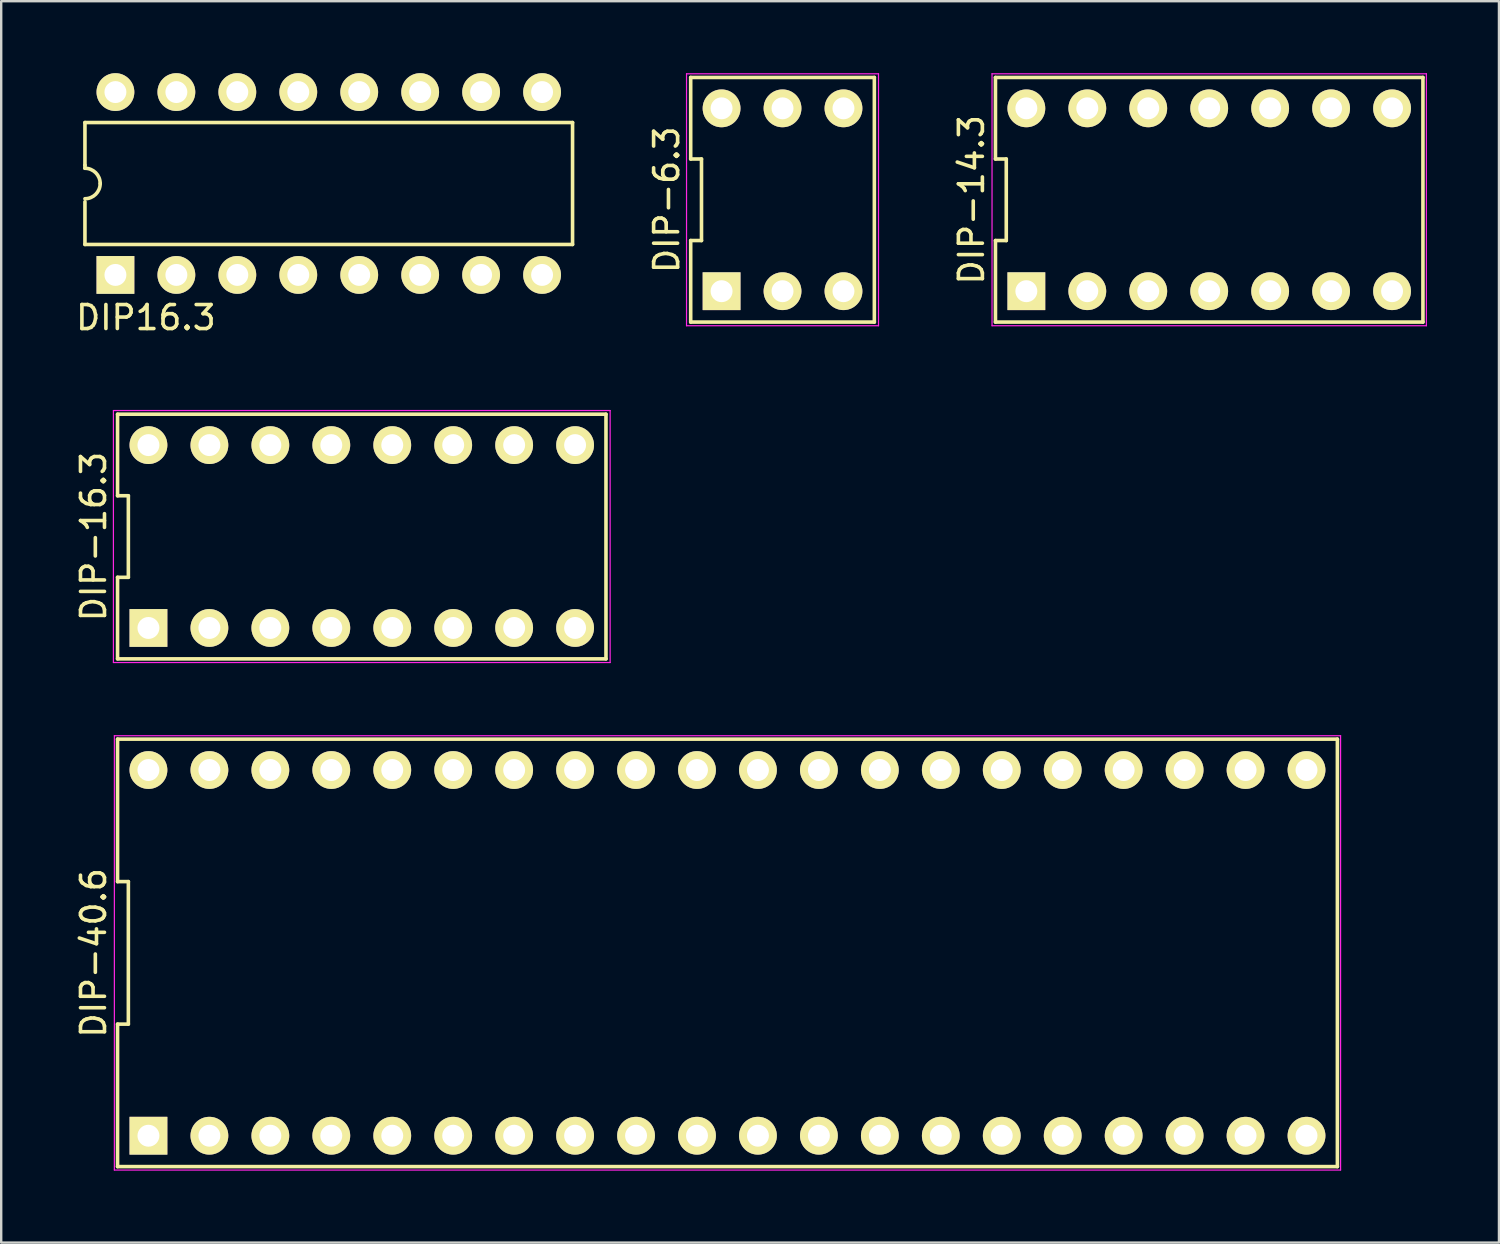
<source format=kicad_pcb>
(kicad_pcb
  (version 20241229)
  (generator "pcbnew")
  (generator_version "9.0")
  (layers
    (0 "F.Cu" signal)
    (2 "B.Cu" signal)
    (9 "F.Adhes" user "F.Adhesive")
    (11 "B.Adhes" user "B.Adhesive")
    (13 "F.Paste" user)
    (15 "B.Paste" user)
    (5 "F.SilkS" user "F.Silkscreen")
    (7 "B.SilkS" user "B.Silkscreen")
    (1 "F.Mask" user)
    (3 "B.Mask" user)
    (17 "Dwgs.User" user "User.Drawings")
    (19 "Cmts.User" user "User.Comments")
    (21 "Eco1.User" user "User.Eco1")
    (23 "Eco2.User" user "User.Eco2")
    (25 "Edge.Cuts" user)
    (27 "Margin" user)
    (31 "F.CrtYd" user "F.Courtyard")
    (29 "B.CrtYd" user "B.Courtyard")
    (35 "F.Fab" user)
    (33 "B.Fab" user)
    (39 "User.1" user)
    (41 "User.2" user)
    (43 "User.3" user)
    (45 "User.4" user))
  (footprint "DIP-6.3"
    (layer "F.Cu")
    (at 29.56 5.275)
    (property "Reference" "DIP-6.3" (at -4.827 0 90) (layer "F.SilkS") (effects (font (size 1 1) (thickness 0.15))))
    (attr through_hole)
    (fp_line (start -3.827 -1.699) (end -3.377 -1.699) (stroke (width 0.15) (type solid)) (layer "F.SilkS"))
    (fp_line (start -3.827 1.699) (end -3.827 5.097) (stroke (width 0.15) (type solid)) (layer "F.SilkS"))
    (fp_line (start -3.827 5.097) (end 3.827 5.097) (stroke (width 0.15) (type solid)) (layer "F.SilkS"))
    (fp_line (start -3.827 -5.097) (end -3.827 -1.699) (stroke (width 0.15) (type solid)) (layer "F.SilkS"))
    (fp_line (start -3.377 -1.699) (end -3.377 1.699) (stroke (width 0.15) (type solid)) (layer "F.SilkS"))
    (fp_line (start -3.377 1.699) (end -3.827 1.699) (stroke (width 0.15) (type solid)) (layer "F.SilkS"))
    (fp_line (start 3.827 5.097) (end 3.827 -5.097) (stroke (width 0.15) (type solid)) (layer "F.SilkS"))
    (fp_line (start 3.827 -5.097) (end -3.827 -5.097) (stroke (width 0.15) (type solid)) (layer "F.SilkS"))
    (fp_line (start -4 -5.25) (end 4 -5.25) (stroke (width 0.05) (type solid)) (layer "F.CrtYd"))
    (fp_line (start -4 5.25) (end -4 -5.25) (stroke (width 0.05) (type solid)) (layer "F.CrtYd"))
    (fp_line (start 4 -5.25) (end 4 5.25) (stroke (width 0.05) (type solid)) (layer "F.CrtYd"))
    (fp_line (start 4 5.25) (end -4 5.25) (stroke (width 0.05) (type solid)) (layer "F.CrtYd"))
    (pad "1" thru_hole rect (at -2.54 3.81) (size 1.575 1.575) (drill 0.914) (layers "*.Cu" "*.Mask" "F.SilkS"))
    (pad "2" thru_hole circle (at 0 3.81) (size 1.575 1.575) (drill 0.914) (layers "*.Cu" "*.Mask" "F.SilkS"))
    (pad "3" thru_hole circle (at 2.54 3.81) (size 1.575 1.575) (drill 0.914) (layers "*.Cu" "*.Mask" "F.SilkS"))
    (pad "4" thru_hole circle (at 2.54 -3.81) (size 1.575 1.575) (drill 0.914) (layers "*.Cu" "*.Mask" "F.SilkS"))
    (pad "5" thru_hole circle (at 0 -3.81) (size 1.575 1.575) (drill 0.914) (layers "*.Cu" "*.Mask" "F.SilkS"))
    (pad "6" thru_hole circle (at -2.54 -3.81) (size 1.575 1.575) (drill 0.914) (layers "*.Cu" "*.Mask" "F.SilkS")))
  (footprint "DIP-40.6"
    (layer "F.Cu")
    (at 27.266 36.659)
    (property "Reference" "DIP-40.6" (at -26.417 0 90) (layer "F.SilkS") (effects (font (size 1 1) (thickness 0.15))))
    (attr through_hole)
    (fp_line (start -25.417 -8.907) (end -25.417 -2.969) (stroke (width 0.15) (type solid)) (layer "F.SilkS"))
    (fp_line (start -25.417 -2.969) (end -24.967 -2.969) (stroke (width 0.15) (type solid)) (layer "F.SilkS"))
    (fp_line (start -25.417 2.969) (end -25.417 8.907) (stroke (width 0.15) (type solid)) (layer "F.SilkS"))
    (fp_line (start -25.417 8.907) (end 25.417 8.907) (stroke (width 0.15) (type solid)) (layer "F.SilkS"))
    (fp_line (start -24.967 -2.969) (end -24.967 2.969) (stroke (width 0.15) (type solid)) (layer "F.SilkS"))
    (fp_line (start -24.967 2.969) (end -25.417 2.969) (stroke (width 0.15) (type solid)) (layer "F.SilkS"))
    (fp_line (start 25.417 -8.907) (end -25.417 -8.907) (stroke (width 0.15) (type solid)) (layer "F.SilkS"))
    (fp_line (start 25.417 8.907) (end 25.417 -8.907) (stroke (width 0.15) (type solid)) (layer "F.SilkS"))
    (fp_line (start -25.55 -9.05) (end 25.55 -9.05) (stroke (width 0.05) (type solid)) (layer "F.CrtYd"))
    (fp_line (start -25.55 9.05) (end -25.55 -9.05) (stroke (width 0.05) (type solid)) (layer "F.CrtYd"))
    (fp_line (start 25.55 -9.05) (end 25.55 9.05) (stroke (width 0.05) (type solid)) (layer "F.CrtYd"))
    (fp_line (start 25.55 9.05) (end -25.55 9.05) (stroke (width 0.05) (type solid)) (layer "F.CrtYd"))
    (pad "1" thru_hole rect (at -24.13 7.62) (size 1.575 1.575) (drill 0.914) (layers "*.Cu" "*.Mask" "F.SilkS"))
    (pad "2" thru_hole circle (at -21.59 7.62) (size 1.575 1.575) (drill 0.914) (layers "*.Cu" "*.Mask" "F.SilkS"))
    (pad "3" thru_hole circle (at -19.05 7.62) (size 1.575 1.575) (drill 0.914) (layers "*.Cu" "*.Mask" "F.SilkS"))
    (pad "4" thru_hole circle (at -16.51 7.62) (size 1.575 1.575) (drill 0.914) (layers "*.Cu" "*.Mask" "F.SilkS"))
    (pad "5" thru_hole circle (at -13.97 7.62) (size 1.575 1.575) (drill 0.914) (layers "*.Cu" "*.Mask" "F.SilkS"))
    (pad "6" thru_hole circle (at -11.43 7.62) (size 1.575 1.575) (drill 0.914) (layers "*.Cu" "*.Mask" "F.SilkS"))
    (pad "7" thru_hole circle (at -8.89 7.62) (size 1.575 1.575) (drill 0.914) (layers "*.Cu" "*.Mask" "F.SilkS"))
    (pad "8" thru_hole circle (at -6.35 7.62) (size 1.575 1.575) (drill 0.914) (layers "*.Cu" "*.Mask" "F.SilkS"))
    (pad "9" thru_hole circle (at -3.81 7.62) (size 1.575 1.575) (drill 0.914) (layers "*.Cu" "*.Mask" "F.SilkS"))
    (pad "10" thru_hole circle (at -1.27 7.62) (size 1.575 1.575) (drill 0.914) (layers "*.Cu" "*.Mask" "F.SilkS"))
    (pad "11" thru_hole circle (at 1.27 7.62) (size 1.575 1.575) (drill 0.914) (layers "*.Cu" "*.Mask" "F.SilkS"))
    (pad "12" thru_hole circle (at 3.81 7.62) (size 1.575 1.575) (drill 0.914) (layers "*.Cu" "*.Mask" "F.SilkS"))
    (pad "13" thru_hole circle (at 6.35 7.62) (size 1.575 1.575) (drill 0.914) (layers "*.Cu" "*.Mask" "F.SilkS"))
    (pad "14" thru_hole circle (at 8.89 7.62) (size 1.575 1.575) (drill 0.914) (layers "*.Cu" "*.Mask" "F.SilkS"))
    (pad "15" thru_hole circle (at 11.43 7.62) (size 1.575 1.575) (drill 0.914) (layers "*.Cu" "*.Mask" "F.SilkS"))
    (pad "16" thru_hole circle (at 13.97 7.62) (size 1.575 1.575) (drill 0.914) (layers "*.Cu" "*.Mask" "F.SilkS"))
    (pad "17" thru_hole circle (at 16.51 7.62) (size 1.575 1.575) (drill 0.914) (layers "*.Cu" "*.Mask" "F.SilkS"))
    (pad "18" thru_hole circle (at 19.05 7.62) (size 1.575 1.575) (drill 0.914) (layers "*.Cu" "*.Mask" "F.SilkS"))
    (pad "19" thru_hole circle (at 21.59 7.62) (size 1.575 1.575) (drill 0.914) (layers "*.Cu" "*.Mask" "F.SilkS"))
    (pad "20" thru_hole circle (at 24.13 7.62) (size 1.575 1.575) (drill 0.914) (layers "*.Cu" "*.Mask" "F.SilkS"))
    (pad "21" thru_hole circle (at 24.13 -7.62) (size 1.575 1.575) (drill 0.914) (layers "*.Cu" "*.Mask" "F.SilkS"))
    (pad "22" thru_hole circle (at 21.59 -7.62) (size 1.575 1.575) (drill 0.914) (layers "*.Cu" "*.Mask" "F.SilkS"))
    (pad "23" thru_hole circle (at 19.05 -7.62) (size 1.575 1.575) (drill 0.914) (layers "*.Cu" "*.Mask" "F.SilkS"))
    (pad "24" thru_hole circle (at 16.51 -7.62) (size 1.575 1.575) (drill 0.914) (layers "*.Cu" "*.Mask" "F.SilkS"))
    (pad "25" thru_hole circle (at 13.97 -7.62) (size 1.575 1.575) (drill 0.914) (layers "*.Cu" "*.Mask" "F.SilkS"))
    (pad "26" thru_hole circle (at 11.43 -7.62) (size 1.575 1.575) (drill 0.914) (layers "*.Cu" "*.Mask" "F.SilkS"))
    (pad "27" thru_hole circle (at 8.89 -7.62) (size 1.575 1.575) (drill 0.914) (layers "*.Cu" "*.Mask" "F.SilkS"))
    (pad "28" thru_hole circle (at 6.35 -7.62) (size 1.575 1.575) (drill 0.914) (layers "*.Cu" "*.Mask" "F.SilkS"))
    (pad "29" thru_hole circle (at 3.81 -7.62) (size 1.575 1.575) (drill 0.914) (layers "*.Cu" "*.Mask" "F.SilkS"))
    (pad "30" thru_hole circle (at 1.27 -7.62) (size 1.575 1.575) (drill 0.914) (layers "*.Cu" "*.Mask" "F.SilkS"))
    (pad "31" thru_hole circle (at -1.27 -7.62) (size 1.575 1.575) (drill 0.914) (layers "*.Cu" "*.Mask" "F.SilkS"))
    (pad "32" thru_hole circle (at -3.81 -7.62) (size 1.575 1.575) (drill 0.914) (layers "*.Cu" "*.Mask" "F.SilkS"))
    (pad "33" thru_hole circle (at -6.35 -7.62) (size 1.575 1.575) (drill 0.914) (layers "*.Cu" "*.Mask" "F.SilkS"))
    (pad "34" thru_hole circle (at -8.89 -7.62) (size 1.575 1.575) (drill 0.914) (layers "*.Cu" "*.Mask" "F.SilkS"))
    (pad "35" thru_hole circle (at -11.43 -7.62) (size 1.575 1.575) (drill 0.914) (layers "*.Cu" "*.Mask" "F.SilkS"))
    (pad "36" thru_hole circle (at -13.97 -7.62) (size 1.575 1.575) (drill 0.914) (layers "*.Cu" "*.Mask" "F.SilkS"))
    (pad "37" thru_hole circle (at -16.51 -7.62) (size 1.575 1.575) (drill 0.914) (layers "*.Cu" "*.Mask" "F.SilkS"))
    (pad "38" thru_hole circle (at -19.05 -7.62) (size 1.575 1.575) (drill 0.914) (layers "*.Cu" "*.Mask" "F.SilkS"))
    (pad "39" thru_hole circle (at -21.59 -7.62) (size 1.575 1.575) (drill 0.914) (layers "*.Cu" "*.Mask" "F.SilkS"))
    (pad "40" thru_hole circle (at -24.13 -7.62) (size 1.575 1.575) (drill 0.914) (layers "*.Cu" "*.Mask" "F.SilkS")))
  (footprint "DIP16.3"
    (layer "F.Cu")
    (at 10.65 4.597)
    (property "Reference" "DIP16.3" (at -7.62 5.588 0) (layer "F.SilkS") (effects (font (size 1 1) (thickness 0.15))))
    (attr through_hole)
    (fp_line (start -10.16 -2.54) (end -10.16 -0.762) (stroke (width 0.15) (type solid)) (layer "F.SilkS"))
    (fp_line (start -10.16 -0.635) (end -10.16 -0.762) (stroke (width 0.15) (type solid)) (layer "F.SilkS"))
    (fp_line (start -10.16 2.54) (end -10.16 0.762) (stroke (width 0.15) (type solid)) (layer "F.SilkS"))
    (fp_line (start -10.16 2.54) (end 10.16 2.54) (stroke (width 0.15) (type solid)) (layer "F.SilkS"))
    (fp_line (start 10.16 -2.54) (end -10.16 -2.54) (stroke (width 0.15) (type solid)) (layer "F.SilkS"))
    (fp_line (start 10.16 2.54) (end 10.16 -2.54) (stroke (width 0.15) (type solid)) (layer "F.SilkS"))
    (fp_arc (start -10.16 -0.635) (mid -9.710987 -0.449013) (end -9.525 0) (stroke (width 0.15) (type solid)) (layer "F.SilkS"))
    (fp_arc (start -9.525 0) (mid -9.710987 0.449013) (end -10.16 0.635) (stroke (width 0.15) (type solid)) (layer "F.SilkS"))
    (pad "1" thru_hole rect (at -8.89 3.81) (size 1.575 1.575) (drill 0.914) (layers "*.Cu" "*.Mask" "F.SilkS"))
    (pad "2" thru_hole circle (at -6.35 3.81) (size 1.575 1.575) (drill 0.914) (layers "*.Cu" "*.Mask" "F.SilkS"))
    (pad "3" thru_hole circle (at -3.81 3.81) (size 1.575 1.575) (drill 0.914) (layers "*.Cu" "*.Mask" "F.SilkS"))
    (pad "4" thru_hole circle (at -1.27 3.81) (size 1.575 1.575) (drill 0.914) (layers "*.Cu" "*.Mask" "F.SilkS"))
    (pad "5" thru_hole circle (at 1.27 3.81) (size 1.575 1.575) (drill 0.914) (layers "*.Cu" "*.Mask" "F.SilkS"))
    (pad "6" thru_hole circle (at 3.81 3.81) (size 1.575 1.575) (drill 0.914) (layers "*.Cu" "*.Mask" "F.SilkS"))
    (pad "7" thru_hole circle (at 6.35 3.81) (size 1.575 1.575) (drill 0.914) (layers "*.Cu" "*.Mask" "F.SilkS"))
    (pad "8" thru_hole circle (at 8.89 3.81) (size 1.575 1.575) (drill 0.914) (layers "*.Cu" "*.Mask" "F.SilkS"))
    (pad "9" thru_hole circle (at 8.89 -3.81) (size 1.575 1.575) (drill 0.914) (layers "*.Cu" "*.Mask" "F.SilkS"))
    (pad "10" thru_hole circle (at 6.35 -3.81) (size 1.575 1.575) (drill 0.914) (layers "*.Cu" "*.Mask" "F.SilkS"))
    (pad "11" thru_hole circle (at 3.81 -3.81) (size 1.575 1.575) (drill 0.914) (layers "*.Cu" "*.Mask" "F.SilkS"))
    (pad "12" thru_hole circle (at 1.27 -3.81) (size 1.575 1.575) (drill 0.914) (layers "*.Cu" "*.Mask" "F.SilkS"))
    (pad "13" thru_hole circle (at -1.27 -3.81) (size 1.575 1.575) (drill 0.914) (layers "*.Cu" "*.Mask" "F.SilkS"))
    (pad "14" thru_hole circle (at -3.81 -3.81) (size 1.575 1.575) (drill 0.914) (layers "*.Cu" "*.Mask" "F.SilkS"))
    (pad "15" thru_hole circle (at -6.35 -3.81) (size 1.575 1.575) (drill 0.914) (layers "*.Cu" "*.Mask" "F.SilkS"))
    (pad "16" thru_hole circle (at -8.89 -3.81) (size 1.575 1.575) (drill 0.914) (layers "*.Cu" "*.Mask" "F.SilkS")))
  (footprint "DIP-16.3"
    (layer "F.Cu")
    (at 12.026 19.309)
    (property "Reference" "DIP-16.3" (at -11.177 0 90) (layer "F.SilkS") (effects (font (size 1 1) (thickness 0.15))))
    (attr through_hole)
    (fp_line (start -10.177 -5.097) (end -10.177 -1.699) (stroke (width 0.15) (type solid)) (layer "F.SilkS"))
    (fp_line (start -10.177 -1.699) (end -9.727 -1.699) (stroke (width 0.15) (type solid)) (layer "F.SilkS"))
    (fp_line (start -10.177 1.699) (end -10.177 5.097) (stroke (width 0.15) (type solid)) (layer "F.SilkS"))
    (fp_line (start -10.177 5.097) (end 10.177 5.097) (stroke (width 0.15) (type solid)) (layer "F.SilkS"))
    (fp_line (start -9.727 -1.699) (end -9.727 1.699) (stroke (width 0.15) (type solid)) (layer "F.SilkS"))
    (fp_line (start -9.727 1.699) (end -10.177 1.699) (stroke (width 0.15) (type solid)) (layer "F.SilkS"))
    (fp_line (start 10.177 -5.097) (end -10.177 -5.097) (stroke (width 0.15) (type solid)) (layer "F.SilkS"))
    (fp_line (start 10.177 5.097) (end 10.177 -5.097) (stroke (width 0.15) (type solid)) (layer "F.SilkS"))
    (fp_line (start -10.35 -5.25) (end 10.35 -5.25) (stroke (width 0.05) (type solid)) (layer "F.CrtYd"))
    (fp_line (start -10.35 5.25) (end -10.35 -5.25) (stroke (width 0.05) (type solid)) (layer "F.CrtYd"))
    (fp_line (start 10.35 -5.25) (end 10.35 5.25) (stroke (width 0.05) (type solid)) (layer "F.CrtYd"))
    (fp_line (start 10.35 5.25) (end -10.35 5.25) (stroke (width 0.05) (type solid)) (layer "F.CrtYd"))
    (pad "1" thru_hole rect (at -8.89 3.81) (size 1.575 1.575) (drill 0.914) (layers "*.Cu" "*.Mask" "F.SilkS"))
    (pad "2" thru_hole circle (at -6.35 3.81) (size 1.575 1.575) (drill 0.914) (layers "*.Cu" "*.Mask" "F.SilkS"))
    (pad "3" thru_hole circle (at -3.81 3.81) (size 1.575 1.575) (drill 0.914) (layers "*.Cu" "*.Mask" "F.SilkS"))
    (pad "4" thru_hole circle (at -1.27 3.81) (size 1.575 1.575) (drill 0.914) (layers "*.Cu" "*.Mask" "F.SilkS"))
    (pad "5" thru_hole circle (at 1.27 3.81) (size 1.575 1.575) (drill 0.914) (layers "*.Cu" "*.Mask" "F.SilkS"))
    (pad "6" thru_hole circle (at 3.81 3.81) (size 1.575 1.575) (drill 0.914) (layers "*.Cu" "*.Mask" "F.SilkS"))
    (pad "7" thru_hole circle (at 6.35 3.81) (size 1.575 1.575) (drill 0.914) (layers "*.Cu" "*.Mask" "F.SilkS"))
    (pad "8" thru_hole circle (at 8.89 3.81) (size 1.575 1.575) (drill 0.914) (layers "*.Cu" "*.Mask" "F.SilkS"))
    (pad "9" thru_hole circle (at 8.89 -3.81) (size 1.575 1.575) (drill 0.914) (layers "*.Cu" "*.Mask" "F.SilkS"))
    (pad "10" thru_hole circle (at 6.35 -3.81) (size 1.575 1.575) (drill 0.914) (layers "*.Cu" "*.Mask" "F.SilkS"))
    (pad "11" thru_hole circle (at 3.81 -3.81) (size 1.575 1.575) (drill 0.914) (layers "*.Cu" "*.Mask" "F.SilkS"))
    (pad "12" thru_hole circle (at 1.27 -3.81) (size 1.575 1.575) (drill 0.914) (layers "*.Cu" "*.Mask" "F.SilkS"))
    (pad "13" thru_hole circle (at -1.27 -3.81) (size 1.575 1.575) (drill 0.914) (layers "*.Cu" "*.Mask" "F.SilkS"))
    (pad "14" thru_hole circle (at -3.81 -3.81) (size 1.575 1.575) (drill 0.914) (layers "*.Cu" "*.Mask" "F.SilkS"))
    (pad "15" thru_hole circle (at -6.35 -3.81) (size 1.575 1.575) (drill 0.914) (layers "*.Cu" "*.Mask" "F.SilkS"))
    (pad "16" thru_hole circle (at -8.89 -3.81) (size 1.575 1.575) (drill 0.914) (layers "*.Cu" "*.Mask" "F.SilkS")))
  (footprint "DIP-14.3"
    (layer "F.Cu")
    (at 47.341 5.275)
    (property "Reference" "DIP-14.3" (at -9.907 0 90) (layer "F.SilkS") (effects (font (size 1 1) (thickness 0.15))))
    (attr through_hole)
    (fp_line (start -8.907 -5.097) (end -8.907 -1.699) (stroke (width 0.15) (type solid)) (layer "F.SilkS"))
    (fp_line (start -8.907 -1.699) (end -8.457 -1.699) (stroke (width 0.15) (type solid)) (layer "F.SilkS"))
    (fp_line (start -8.907 1.699) (end -8.907 5.097) (stroke (width 0.15) (type solid)) (layer "F.SilkS"))
    (fp_line (start -8.907 5.097) (end 8.907 5.097) (stroke (width 0.15) (type solid)) (layer "F.SilkS"))
    (fp_line (start -8.457 -1.699) (end -8.457 1.699) (stroke (width 0.15) (type solid)) (layer "F.SilkS"))
    (fp_line (start -8.457 1.699) (end -8.907 1.699) (stroke (width 0.15) (type solid)) (layer "F.SilkS"))
    (fp_line (start 8.907 -5.097) (end -8.907 -5.097) (stroke (width 0.15) (type solid)) (layer "F.SilkS"))
    (fp_line (start 8.907 5.097) (end 8.907 -5.097) (stroke (width 0.15) (type solid)) (layer "F.SilkS"))
    (fp_line (start -9.05 -5.25) (end 9.05 -5.25) (stroke (width 0.05) (type solid)) (layer "F.CrtYd"))
    (fp_line (start -9.05 5.25) (end -9.05 -5.25) (stroke (width 0.05) (type solid)) (layer "F.CrtYd"))
    (fp_line (start 9.05 -5.25) (end 9.05 5.25) (stroke (width 0.05) (type solid)) (layer "F.CrtYd"))
    (fp_line (start 9.05 5.25) (end -9.05 5.25) (stroke (width 0.05) (type solid)) (layer "F.CrtYd"))
    (pad "1" thru_hole rect (at -7.62 3.81) (size 1.575 1.575) (drill 0.914) (layers "*.Cu" "*.Mask" "F.SilkS"))
    (pad "2" thru_hole circle (at -5.08 3.81) (size 1.575 1.575) (drill 0.914) (layers "*.Cu" "*.Mask" "F.SilkS"))
    (pad "3" thru_hole circle (at -2.54 3.81) (size 1.575 1.575) (drill 0.914) (layers "*.Cu" "*.Mask" "F.SilkS"))
    (pad "4" thru_hole circle (at 0 3.81) (size 1.575 1.575) (drill 0.914) (layers "*.Cu" "*.Mask" "F.SilkS"))
    (pad "5" thru_hole circle (at 2.54 3.81) (size 1.575 1.575) (drill 0.914) (layers "*.Cu" "*.Mask" "F.SilkS"))
    (pad "6" thru_hole circle (at 5.08 3.81) (size 1.575 1.575) (drill 0.914) (layers "*.Cu" "*.Mask" "F.SilkS"))
    (pad "7" thru_hole circle (at 7.62 3.81) (size 1.575 1.575) (drill 0.914) (layers "*.Cu" "*.Mask" "F.SilkS"))
    (pad "8" thru_hole circle (at 7.62 -3.81) (size 1.575 1.575) (drill 0.914) (layers "*.Cu" "*.Mask" "F.SilkS"))
    (pad "9" thru_hole circle (at 5.08 -3.81) (size 1.575 1.575) (drill 0.914) (layers "*.Cu" "*.Mask" "F.SilkS"))
    (pad "10" thru_hole circle (at 2.54 -3.81) (size 1.575 1.575) (drill 0.914) (layers "*.Cu" "*.Mask" "F.SilkS"))
    (pad "11" thru_hole circle (at 0 -3.81) (size 1.575 1.575) (drill 0.914) (layers "*.Cu" "*.Mask" "F.SilkS"))
    (pad "12" thru_hole circle (at -2.54 -3.81) (size 1.575 1.575) (drill 0.914) (layers "*.Cu" "*.Mask" "F.SilkS"))
    (pad "13" thru_hole circle (at -5.08 -3.81) (size 1.575 1.575) (drill 0.914) (layers "*.Cu" "*.Mask" "F.SilkS"))
    (pad "14" thru_hole circle (at -7.62 -3.81) (size 1.575 1.575) (drill 0.914) (layers "*.Cu" "*.Mask" "F.SilkS")))
  (gr_rect
    (start -3 -3)
    (end 59.416 48.734)
    (stroke (width 0.1) (type default))
    (fill no)
    (layer "Edge.Cuts")))
</source>
